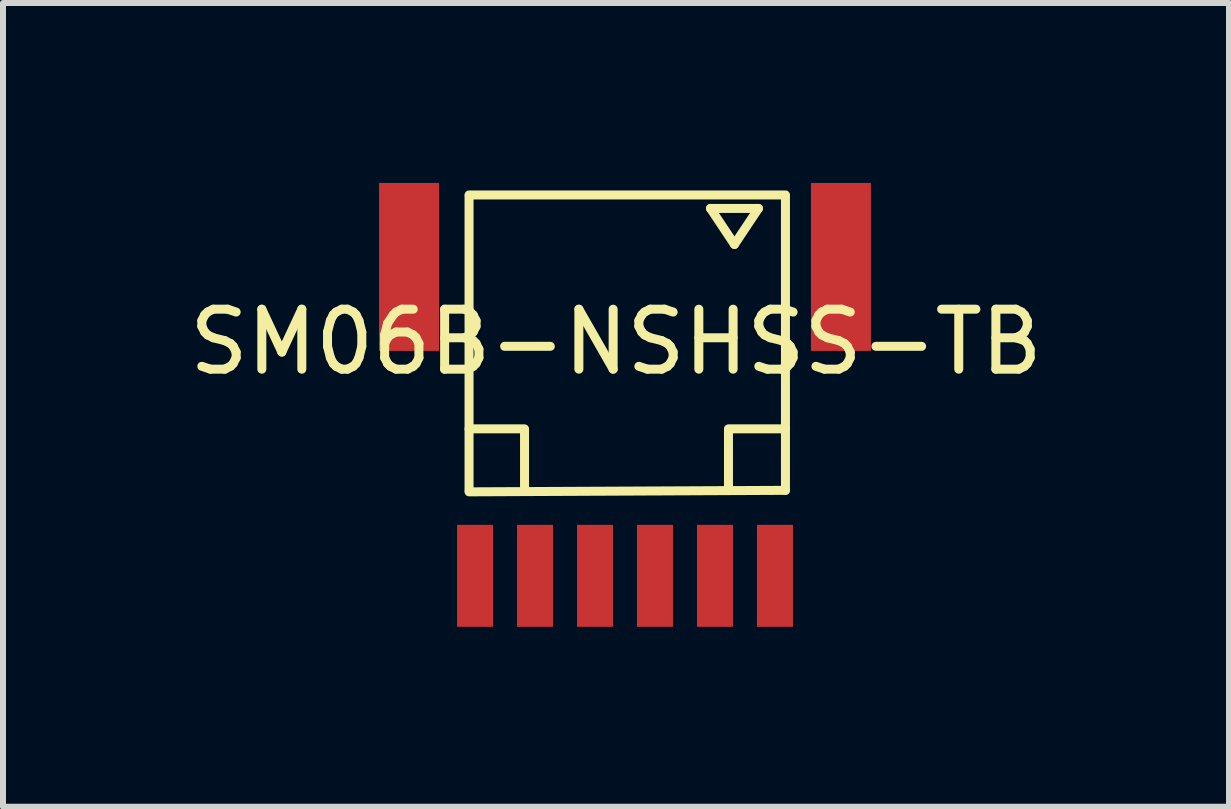
<source format=kicad_pcb>
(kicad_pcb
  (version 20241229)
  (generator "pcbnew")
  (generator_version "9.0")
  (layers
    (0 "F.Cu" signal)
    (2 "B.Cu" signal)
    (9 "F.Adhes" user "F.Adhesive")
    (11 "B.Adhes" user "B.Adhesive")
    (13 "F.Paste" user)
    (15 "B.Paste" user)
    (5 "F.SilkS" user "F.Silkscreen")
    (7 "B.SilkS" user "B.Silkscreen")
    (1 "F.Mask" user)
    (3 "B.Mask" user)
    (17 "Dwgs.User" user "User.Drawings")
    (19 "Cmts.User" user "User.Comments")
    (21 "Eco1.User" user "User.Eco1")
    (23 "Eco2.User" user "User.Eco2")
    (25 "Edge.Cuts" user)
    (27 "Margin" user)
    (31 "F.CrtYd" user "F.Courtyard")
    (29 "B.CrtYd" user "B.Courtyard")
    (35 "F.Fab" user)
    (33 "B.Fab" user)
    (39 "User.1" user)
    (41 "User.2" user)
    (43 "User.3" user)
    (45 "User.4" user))
  (footprint "SM06B-NSHSS-TB"
    (layer "F.Cu")
    (at 7.37 3.7)
    (property "Reference" "SM06B-NSHSS-TB" (at -0.15 -1.05 0) (layer "F.SilkS") (effects (font (size 1 1) (thickness 0.15))))
    (attr through_hole)
    (fp_line (start -2.6 -3.5) (end 2.675 -3.5) (stroke (width 0.15) (type solid)) (layer "F.SilkS"))
    (fp_line (start -2.6 -3.475) (end -2.6 1.425) (stroke (width 0.15) (type solid)) (layer "F.SilkS"))
    (fp_line (start -2.6 1.45) (end 2.675 1.425) (stroke (width 0.15) (type solid)) (layer "F.SilkS"))
    (fp_line (start -1.675 0.4) (end -2.6 0.4) (stroke (width 0.15) (type solid)) (layer "F.SilkS"))
    (fp_line (start -1.675 0.425) (end -1.675 1.425) (stroke (width 0.15) (type solid)) (layer "F.SilkS"))
    (fp_line (start 1.425 -3.275) (end 2.225 -3.275) (stroke (width 0.15) (type solid)) (layer "F.SilkS"))
    (fp_line (start 1.725 0.4) (end 2.675 0.4) (stroke (width 0.15) (type solid)) (layer "F.SilkS"))
    (fp_line (start 1.725 0.425) (end 1.725 1.425) (stroke (width 0.15) (type solid)) (layer "F.SilkS"))
    (fp_line (start 1.825 -2.675) (end 1.425 -3.275) (stroke (width 0.15) (type solid)) (layer "F.SilkS"))
    (fp_line (start 2.225 -3.275) (end 1.825 -2.675) (stroke (width 0.15) (type solid)) (layer "F.SilkS"))
    (fp_line (start 2.675 -3.475) (end 2.675 1.425) (stroke (width 0.15) (type solid)) (layer "F.SilkS"))
    (pad "1" smd rect (at -2.5 2.85) (size 0.6 1.7) (layers "F.Cu" "F.Mask" "F.Paste"))
    (pad "2" smd rect (at -1.5 2.85) (size 0.6 1.7) (layers "F.Cu" "F.Mask" "F.Paste"))
    (pad "3" smd rect (at -0.5 2.85) (size 0.6 1.7) (layers "F.Cu" "F.Mask" "F.Paste"))
    (pad "4" smd rect (at 0.5 2.85) (size 0.6 1.7) (layers "F.Cu" "F.Mask" "F.Paste"))
    (pad "5" smd rect (at 1.5 2.85) (size 0.6 1.7) (layers "F.Cu" "F.Mask" "F.Paste"))
    (pad "6" smd rect (at 2.5 2.85) (size 0.6 1.7) (layers "F.Cu" "F.Mask" "F.Paste"))
    (pad "7" smd rect (at -3.6 -2.3) (size 1 2.8) (layers "F.Cu" "F.Mask" "F.Paste"))
    (pad "8" smd rect (at 3.6 -2.3) (size 1 2.8) (layers "F.Cu" "F.Mask" "F.Paste")))
  (gr_rect
    (start -3 -3)
    (end 17.44 10.4)
    (stroke (width 0.1) (type default))
    (fill no)
    (layer "Edge.Cuts")))
</source>
